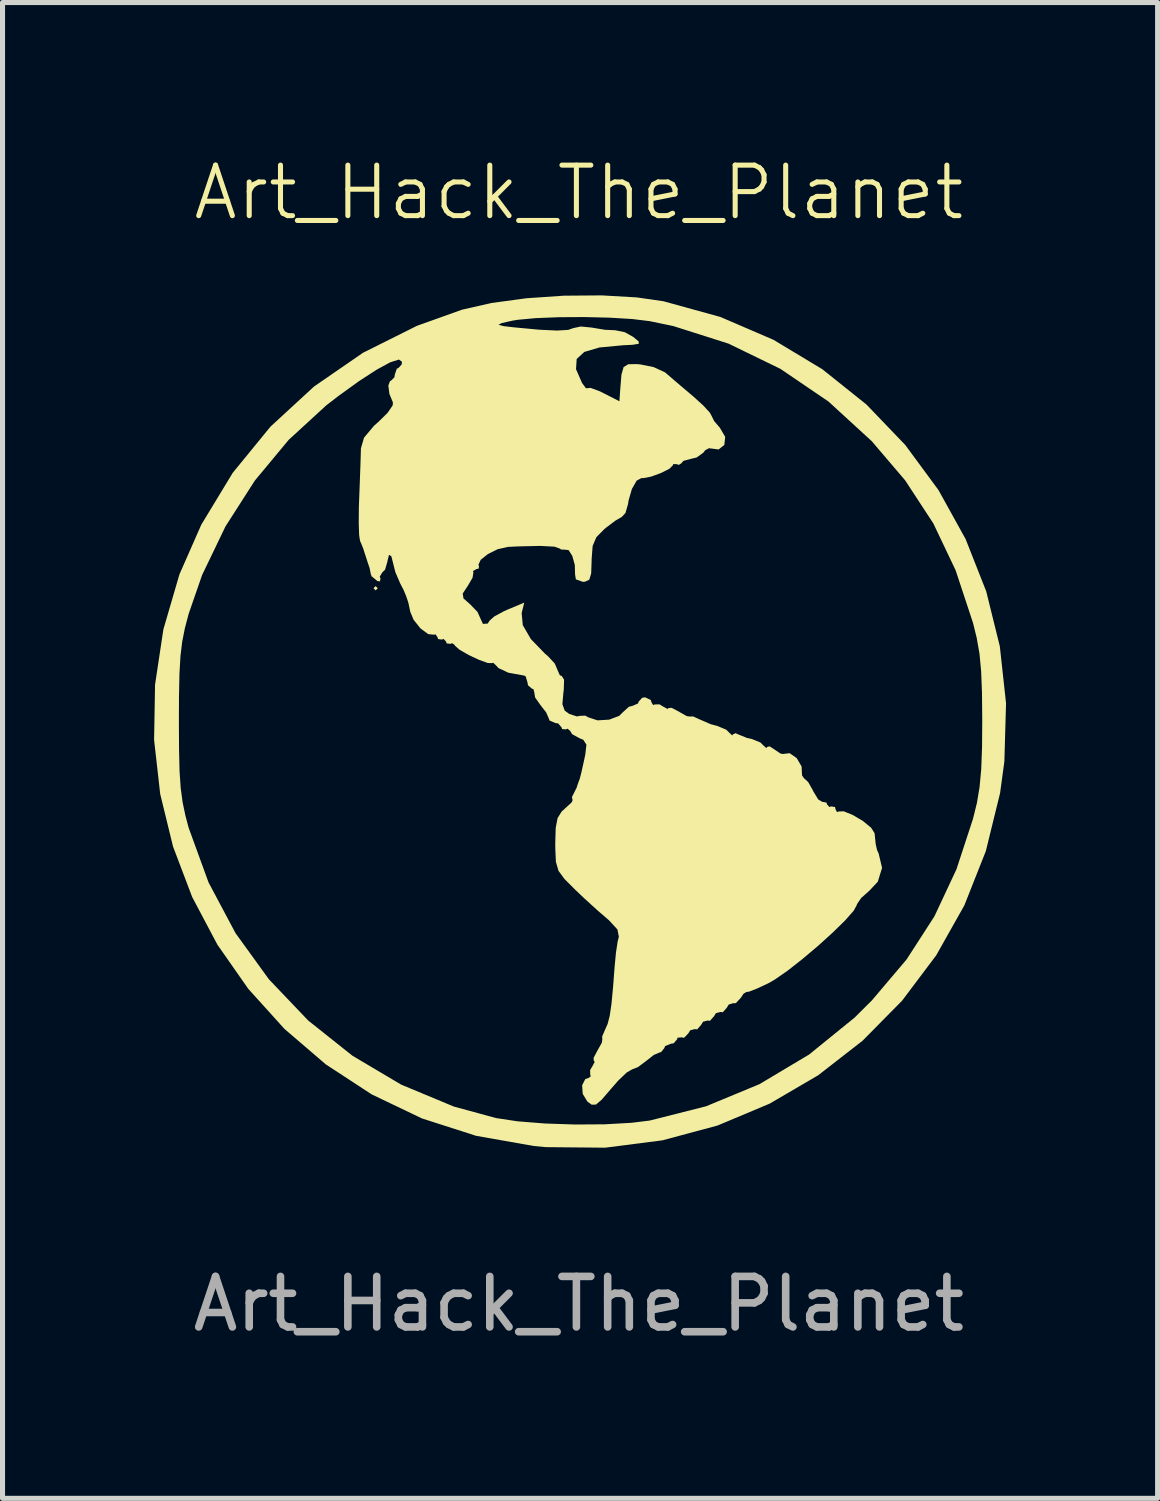
<source format=kicad_pcb>
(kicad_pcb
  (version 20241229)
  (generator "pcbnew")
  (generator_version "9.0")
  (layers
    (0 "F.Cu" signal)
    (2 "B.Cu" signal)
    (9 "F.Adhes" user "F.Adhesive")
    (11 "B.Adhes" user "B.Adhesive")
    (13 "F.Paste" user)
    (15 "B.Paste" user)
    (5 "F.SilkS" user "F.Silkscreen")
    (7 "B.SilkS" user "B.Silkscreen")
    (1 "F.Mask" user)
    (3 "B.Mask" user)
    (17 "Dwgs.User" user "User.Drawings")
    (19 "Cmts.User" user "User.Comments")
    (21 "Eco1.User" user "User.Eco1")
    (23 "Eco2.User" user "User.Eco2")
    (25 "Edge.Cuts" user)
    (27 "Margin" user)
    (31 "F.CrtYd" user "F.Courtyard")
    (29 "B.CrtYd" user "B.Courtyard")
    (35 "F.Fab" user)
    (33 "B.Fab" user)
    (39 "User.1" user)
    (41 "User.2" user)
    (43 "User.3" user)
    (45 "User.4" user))
  (footprint "Art_Hack_The_Planet"
    (layer "F.Cu")
    (at 8.407 11.261)
    (property "Reference" "Art_Hack_The_Planet" (at 0 -10.5 0) (unlocked yes) (layer "F.SilkS") (effects (font (size 1 1) (thickness 0.1))))
    (attr smd)
    (fp_poly (pts (xy 0.18 -8.031) (xy 0.499 -8.021) (xy 1.628 -7.886) (xy 2.711 -7.594) (xy 3.733 -7.154) (xy 4.681 -6.572) (xy 5.542 -5.859) (xy 6.303 -5.022) (xy 6.949 -4.069) (xy 7.047 -3.895) (xy 7.523 -2.861) (xy 7.84 -1.796) (xy 8.003 -0.715) (xy 8.018 0.367) (xy 7.889 1.435) (xy 7.62 2.474) (xy 7.216 3.469) (xy 6.683 4.405) (xy 6.025 5.267) (xy 5.246 6.04) (xy 4.351 6.71) (xy 3.557 7.16) (xy 2.886 7.46) (xy 2.241 7.676) (xy 1.572 7.818) (xy 0.827 7.899) (xy 0.212 7.925) (xy -0.426 7.932) (xy -0.932 7.917) (xy -1.339 7.879) (xy -1.641 7.825) (xy -2.748 7.494) (xy -3.784 7.015) (xy -4.737 6.401) (xy -5.594 5.664) (xy -6.343 4.814) (xy -6.972 3.865) (xy -7.467 2.828) (xy -7.723 2.074) (xy -7.797 1.793) (xy -7.85 1.527) (xy -7.885 1.238) (xy -7.905 0.887) (xy -7.914 0.437) (xy -7.916 -0.042) (xy -7.913 -0.604) (xy -7.903 -1.035) (xy -7.88 -1.373) (xy -7.842 -1.656) (xy -7.786 -1.922) (xy -7.723 -2.159) (xy -7.348 -3.186) (xy -6.831 -4.166) (xy -6.191 -5.077) (xy -5.446 -5.894) (xy -4.616 -6.593) (xy -3.887 -7.06) (xy -3.447 -7.305) (xy -3.638 -6.966) (xy -3.752 -6.734) (xy -3.776 -6.575) (xy -3.729 -6.441) (xy -3.685 -6.321) (xy -3.718 -6.209) (xy -3.848 -6.06) (xy -3.973 -5.943) (xy -4.316 -5.63) (xy -4.372 -4.755) (xy -4.394 -4.329) (xy -4.392 -4.012) (xy -4.361 -3.744) (xy -4.295 -3.465) (xy -4.227 -3.24) (xy -4.026 -2.6) (xy -3.881 -2.928) (xy -3.736 -3.257) (xy -3.637 -3.004) (xy -3.549 -2.772) (xy -3.441 -2.471) (xy -3.391 -2.328) (xy -3.316 -2.131) (xy -3.231 -1.985) (xy -3.102 -1.86) (xy -2.897 -1.726) (xy -2.581 -1.552) (xy -2.49 -1.503) (xy -2.13 -1.319) (xy -1.79 -1.156) (xy -1.519 -1.039) (xy -1.421 -1.004) (xy -1.202 -0.902) (xy -1.016 -0.724) (xy -0.834 -0.456) (xy -0.528 -0.058) (xy -0.196 0.187) (xy 0.017 0.317) (xy 0.148 0.431) (xy 0.169 0.473) (xy 0.134 0.658) (xy 0.045 0.935) (xy -0.077 1.245) (xy -0.206 1.53) (xy -0.322 1.732) (xy -0.335 1.751) (xy -0.449 1.958) (xy -0.501 2.239) (xy -0.508 2.459) (xy -0.508 2.948) (xy 0.132 3.528) (xy 0.772 4.108) (xy 0.681 5.005) (xy 0.604 5.579) (xy 0.493 6.065) (xy 0.33 6.543) (xy 0.302 6.613) (xy 0.167 6.954) (xy 0.093 7.176) (xy 0.073 7.316) (xy 0.1 7.41) (xy 0.15 7.475) (xy 0.231 7.548) (xy 0.315 7.552) (xy 0.438 7.469) (xy 0.638 7.284) (xy 0.672 7.252) (xy 0.877 7.078) (xy 1.196 6.838) (xy 1.599 6.551) (xy 2.055 6.238) (xy 2.534 5.919) (xy 3.006 5.615) (xy 3.439 5.346) (xy 3.803 5.133) (xy 3.98 5.037) (xy 4.183 4.903) (xy 4.449 4.683) (xy 4.755 4.403) (xy 5.075 4.088) (xy 5.384 3.765) (xy 5.656 3.461) (xy 5.866 3.2) (xy 5.99 3.009) (xy 6.011 2.94) (xy 5.991 2.765) (xy 5.941 2.509) (xy 5.915 2.404) (xy 5.856 2.203) (xy 5.772 2.062) (xy 5.628 1.942) (xy 5.384 1.804) (xy 5.241 1.731) (xy 4.933 1.567) (xy 4.737 1.428) (xy 4.606 1.271) (xy 4.496 1.054) (xy 4.479 1.016) (xy 4.366 0.782) (xy 4.269 0.628) (xy 4.225 0.593) (xy 4.127 0.564) (xy 3.897 0.483) (xy 3.562 0.36) (xy 3.148 0.205) (xy 2.709 0.037) (xy 1.264 -0.518) (xy 0.928 -0.271) (xy 0.724 -0.13) (xy 0.567 -0.07) (xy 0.384 -0.077) (xy 0.148 -0.126) (xy -0.296 -0.228) (xy -0.28 -0.579) (xy -0.285 -0.778) (xy -0.336 -0.945) (xy -0.459 -1.13) (xy -0.677 -1.381) (xy -0.683 -1.387) (xy -0.927 -1.677) (xy -1.059 -1.901) (xy -1.101 -2.096) (xy -1.101 -2.107) (xy -1.113 -2.29) (xy -1.145 -2.37) (xy -1.146 -2.371) (xy -1.243 -2.335) (xy -1.434 -2.246) (xy -1.536 -2.195) (xy -1.742 -2.097) (xy -1.872 -2.047) (xy -1.892 -2.047) (xy -1.951 -2.122) (xy -2.079 -2.272) (xy -2.103 -2.3) (xy -2.302 -2.525) (xy -2.065 -2.935) (xy -1.919 -3.173) (xy -1.794 -3.349) (xy -1.74 -3.407) (xy -1.598 -3.444) (xy -1.342 -3.465) (xy -1.025 -3.468) (xy -0.703 -3.456) (xy -0.428 -3.429) (xy -0.256 -3.387) (xy -0.248 -3.384) (xy -0.113 -3.22) (xy -0.085 -3.045) (xy -0.057 -2.86) (xy 0.044 -2.796) (xy 0.085 -2.794) (xy 0.192 -2.82) (xy 0.241 -2.926) (xy 0.254 -3.155) (xy 0.254 -3.165) (xy 0.27 -3.399) (xy 0.34 -3.573) (xy 0.497 -3.753) (xy 0.606 -3.854) (xy 0.845 -4.115) (xy 0.991 -4.367) (xy 1.011 -4.435) (xy 1.046 -4.554) (xy 1.116 -4.653) (xy 1.249 -4.751) (xy 1.472 -4.868) (xy 1.814 -5.022) (xy 1.976 -5.092) (xy 2.339 -5.25) (xy 2.642 -5.387) (xy 2.853 -5.487) (xy 2.938 -5.535) (xy 2.93 -5.637) (xy 2.821 -5.825) (xy 2.635 -6.07) (xy 2.395 -6.34) (xy 2.124 -6.607) (xy 2.027 -6.693) (xy 1.753 -6.918) (xy 1.547 -7.046) (xy 1.361 -7.102) (xy 1.202 -7.112) (xy 0.983 -7.102) (xy 0.875 -7.038) (xy 0.822 -6.874) (xy 0.804 -6.773) (xy 0.76 -6.562) (xy 0.719 -6.444) (xy 0.709 -6.435) (xy 0.617 -6.47) (xy 0.431 -6.558) (xy 0.346 -6.6) (xy 0.06 -6.82) (xy -0.074 -7.109) (xy -0.084 -7.211) (xy -0.009 -7.285) (xy 0.185 -7.359) (xy 0.448 -7.42) (xy 0.729 -7.456) (xy 0.931 -7.459) (xy 1.159 -7.451) (xy 1.246 -7.471) (xy 1.218 -7.532) (xy 1.169 -7.585) (xy 0.991 -7.684) (xy 0.704 -7.765) (xy 0.366 -7.817) (xy 0.036 -7.833) (xy -0.222 -7.803) (xy -0.429 -7.783) (xy -0.735 -7.794) (xy -1.058 -7.832) (xy -1.651 -7.927) (xy -1.068 -7.996) (xy -0.733 -8.021) (xy -0.296 -8.033)) (stroke (width 0) (type solid)) (fill yes) (layer "F.Mask"))
    (fp_poly (pts (xy -3.979 -2.667) (xy -4.022 -2.625) (xy -4.064 -2.667) (xy -4.022 -2.709)) (stroke (width 0) (type solid)) (fill yes) (layer "F.SilkS"))
    (fp_poly (pts (xy 1.149 -8.424) (xy 1.675 -8.348) (xy 2.803 -8.037) (xy 3.855 -7.584) (xy 4.821 -7.002) (xy 5.694 -6.304) (xy 6.463 -5.502) (xy 7.12 -4.61) (xy 7.657 -3.64) (xy 8.065 -2.605) (xy 8.334 -1.517) (xy 8.457 -0.391) (xy 8.424 0.762) (xy 8.339 1.388) (xy 8.057 2.536) (xy 7.632 3.61) (xy 7.075 4.599) (xy 6.4 5.496) (xy 5.617 6.29) (xy 4.739 6.973) (xy 3.778 7.535) (xy 2.747 7.968) (xy 1.657 8.261) (xy 0.52 8.407) (xy -0.651 8.396) (xy -0.888 8.374) (xy -2.033 8.172) (xy -3.107 7.827) (xy -4.101 7.351) (xy -5.009 6.757) (xy -5.826 6.056) (xy -6.543 5.262) (xy -7.154 4.388) (xy -7.653 3.445) (xy -8.032 2.446) (xy -8.286 1.405) (xy -8.407 0.333) (xy -8.4 -0.042) (xy -7.916 -0.042) (xy -7.913 0.52) (xy -7.903 0.951) (xy -7.88 1.288) (xy -7.842 1.571) (xy -7.786 1.837) (xy -7.723 2.074) (xy -7.329 3.156) (xy -6.795 4.16) (xy -6.133 5.075) (xy -5.357 5.889) (xy -4.48 6.587) (xy -3.515 7.159) (xy -2.475 7.592) (xy -1.641 7.82) (xy -1.211 7.885) (xy -0.671 7.928) (xy -0.077 7.948) (xy 0.514 7.944) (xy 1.045 7.914) (xy 1.403 7.87) (xy 2.52 7.587) (xy 3.577 7.149) (xy 4.56 6.562) (xy 5.458 5.833) (xy 5.8 5.493) (xy 6.489 4.68) (xy 7.04 3.826) (xy 7.476 2.895) (xy 7.803 1.897) (xy 7.881 1.581) (xy 7.933 1.268) (xy 7.966 0.916) (xy 7.982 0.48) (xy 7.986 -0.042) (xy 7.981 -0.597) (xy 7.964 -1.026) (xy 7.931 -1.375) (xy 7.876 -1.686) (xy 7.803 -1.982) (xy 7.459 -3.023) (xy 7.018 -3.95) (xy 6.461 -4.801) (xy 5.8 -5.577) (xy 4.942 -6.363) (xy 3.992 -7.009) (xy 2.964 -7.509) (xy 1.87 -7.857) (xy 1.403 -7.954) (xy 1.058 -7.996) (xy 0.61 -8.023) (xy 0.11 -8.035) (xy -0.394 -8.032) (xy -0.85 -8.014) (xy -1.207 -7.981) (xy -1.312 -7.964) (xy -1.531 -7.914) (xy -1.59 -7.882) (xy -1.486 -7.855) (xy -1.27 -7.83) (xy -0.775 -7.784) (xy -0.428 -7.768) (xy -0.209 -7.781) (xy -0.109 -7.816) (xy 0.038 -7.848) (xy 0.256 -7.827) (xy 0.272 -7.824) (xy 0.518 -7.783) (xy 0.72 -7.774) (xy 0.911 -7.735) (xy 1.079 -7.641) (xy 1.185 -7.552) (xy 1.188 -7.506) (xy 1.062 -7.486) (xy 0.867 -7.476) (xy 0.41 -7.433) (xy 0.11 -7.345) (xy -0.042 -7.205) (xy -0.055 -7.003) (xy 0.063 -6.733) (xy 0.064 -6.731) (xy 0.141 -6.626) (xy 0.167 -6.627) (xy 0.234 -6.633) (xy 0.402 -6.571) (xy 0.487 -6.53) (xy 0.804 -6.368) (xy 0.821 -6.613) (xy 0.844 -6.895) (xy 0.887 -7.045) (xy 0.98 -7.102) (xy 1.152 -7.103) (xy 1.215 -7.098) (xy 1.482 -7.044) (xy 1.702 -6.943) (xy 1.73 -6.921) (xy 1.896 -6.778) (xy 2.126 -6.582) (xy 2.265 -6.465) (xy 2.463 -6.285) (xy 2.594 -6.143) (xy 2.625 -6.086) (xy 2.679 -5.977) (xy 2.792 -5.844) (xy 2.898 -5.664) (xy 2.881 -5.505) (xy 2.768 -5.414) (xy 2.583 -5.438) (xy 2.579 -5.44) (xy 2.502 -5.399) (xy 2.466 -5.351) (xy 2.333 -5.255) (xy 2.215 -5.227) (xy 2.07 -5.188) (xy 2.032 -5.142) (xy 1.979 -5.108) (xy 1.947 -5.122) (xy 1.869 -5.125) (xy 1.863 -5.102) (xy 1.792 -5.031) (xy 1.625 -4.947) (xy 1.429 -4.876) (xy 1.272 -4.846) (xy 1.243 -4.849) (xy 1.146 -4.798) (xy 1.051 -4.632) (xy 0.985 -4.403) (xy 0.975 -4.335) (xy 0.924 -4.158) (xy 0.853 -4.08) (xy 0.729 -4.008) (xy 0.545 -3.87) (xy 0.505 -3.837) (xy 0.348 -3.678) (xy 0.274 -3.504) (xy 0.254 -3.242) (xy 0.254 -3.21) (xy 0.245 -2.959) (xy 0.207 -2.835) (xy 0.121 -2.796) (xy 0.079 -2.794) (xy -0.058 -2.843) (xy -0.074 -2.942) (xy -0.079 -3.128) (xy -0.129 -3.307) (xy -0.201 -3.421) (xy -0.254 -3.429) (xy -0.355 -3.434) (xy -0.367 -3.449) (xy -0.483 -3.49) (xy -0.764 -3.505) (xy -1.21 -3.495) (xy -1.405 -3.485) (xy -1.605 -3.44) (xy -1.799 -3.344) (xy -1.943 -3.229) (xy -1.988 -3.128) (xy -1.974 -3.103) (xy -1.985 -3.053) (xy -2.023 -3.048) (xy -2.094 -3.008) (xy -2.086 -2.982) (xy -2.103 -2.875) (xy -2.199 -2.712) (xy -2.298 -2.562) (xy -2.283 -2.466) (xy -2.15 -2.349) (xy -2.005 -2.198) (xy -1.947 -2.068) (xy -1.897 -1.961) (xy -1.803 -1.968) (xy -1.764 -2.028) (xy -1.674 -2.108) (xy -1.484 -2.211) (xy -1.408 -2.245) (xy -1.08 -2.382) (xy -1.131 -2.175) (xy -1.109 -1.937) (xy -0.948 -1.66) (xy -0.667 -1.37) (xy -0.615 -1.327) (xy -0.475 -1.176) (xy -0.423 -1.052) (xy -0.375 -0.944) (xy -0.338 -0.931) (xy -0.291 -0.856) (xy -0.298 -0.651) (xy -0.305 -0.601) (xy -0.325 -0.372) (xy -0.279 -0.245) (xy -0.19 -0.18) (xy -0.038 -0.13) (xy 0.029 -0.142) (xy 0.13 -0.145) (xy 0.188 -0.112) (xy 0.371 -0.052) (xy 0.602 -0.066) (xy 0.8 -0.141) (xy 0.867 -0.208) (xy 0.992 -0.321) (xy 1.063 -0.339) (xy 1.172 -0.386) (xy 1.185 -0.423) (xy 1.254 -0.498) (xy 1.312 -0.508) (xy 1.425 -0.455) (xy 1.439 -0.409) (xy 1.473 -0.352) (xy 1.495 -0.366) (xy 1.597 -0.369) (xy 1.664 -0.328) (xy 1.759 -0.277) (xy 1.778 -0.296) (xy 1.838 -0.3) (xy 1.983 -0.224) (xy 1.99 -0.219) (xy 2.137 -0.136) (xy 2.201 -0.127) (xy 2.201 -0.128) (xy 2.264 -0.129) (xy 2.392 -0.071) (xy 2.608 0.023) (xy 2.748 0.061) (xy 2.919 0.133) (xy 2.98 0.193) (xy 3.038 0.248) (xy 3.047 0.228) (xy 3.103 0.202) (xy 3.154 0.225) (xy 3.326 0.295) (xy 3.425 0.317) (xy 3.596 0.387) (xy 3.657 0.447) (xy 3.715 0.499) (xy 3.724 0.476) (xy 3.777 0.462) (xy 3.865 0.519) (xy 3.989 0.603) (xy 4.035 0.614) (xy 4.174 0.598) (xy 4.314 0.696) (xy 4.41 0.861) (xy 4.419 1.037) (xy 4.461 1.1) (xy 4.467 1.101) (xy 4.541 1.17) (xy 4.636 1.338) (xy 4.643 1.355) (xy 4.74 1.514) (xy 4.826 1.565) (xy 4.833 1.562) (xy 4.905 1.577) (xy 4.911 1.609) (xy 4.962 1.664) (xy 4.995 1.651) (xy 5.072 1.664) (xy 5.08 1.702) (xy 5.111 1.766) (xy 5.133 1.753) (xy 5.243 1.748) (xy 5.425 1.822) (xy 5.625 1.941) (xy 5.786 2.073) (xy 5.855 2.182) (xy 5.877 2.397) (xy 5.904 2.515) (xy 5.935 2.582) (xy 6.003 2.867) (xy 5.919 3.141) (xy 5.756 3.316) (xy 5.59 3.464) (xy 5.506 3.587) (xy 5.503 3.603) (xy 5.441 3.717) (xy 5.273 3.907) (xy 5.028 4.147) (xy 4.738 4.41) (xy 4.43 4.67) (xy 4.135 4.902) (xy 3.881 5.078) (xy 3.768 5.144) (xy 3.533 5.255) (xy 3.368 5.319) (xy 3.317 5.325) (xy 3.261 5.359) (xy 3.206 5.442) (xy 3.109 5.545) (xy 3.052 5.548) (xy 2.967 5.574) (xy 2.93 5.636) (xy 2.851 5.726) (xy 2.803 5.721) (xy 2.714 5.744) (xy 2.676 5.806) (xy 2.597 5.895) (xy 2.549 5.89) (xy 2.46 5.913) (xy 2.422 5.975) (xy 2.343 6.065) (xy 2.295 6.06) (xy 2.206 6.083) (xy 2.168 6.144) (xy 2.085 6.231) (xy 2.033 6.223) (xy 1.954 6.23) (xy 1.947 6.26) (xy 1.879 6.34) (xy 1.82 6.35) (xy 1.708 6.396) (xy 1.693 6.435) (xy 1.628 6.516) (xy 1.605 6.519) (xy 1.484 6.572) (xy 1.335 6.689) (xy 1.171 6.812) (xy 1.053 6.858) (xy 0.948 6.919) (xy 0.782 7.077) (xy 0.636 7.244) (xy 0.455 7.455) (xy 0.341 7.553) (xy 0.255 7.556) (xy 0.169 7.493) (xy 0.078 7.342) (xy 0.066 7.171) (xy 0.128 7.049) (xy 0.193 7.027) (xy 0.24 6.991) (xy 0.227 6.972) (xy 0.224 6.87) (xy 0.265 6.802) (xy 0.316 6.707) (xy 0.297 6.689) (xy 0.293 6.629) (xy 0.369 6.484) (xy 0.373 6.477) (xy 0.456 6.329) (xy 0.466 6.265) (xy 0.465 6.265) (xy 0.463 6.203) (xy 0.517 6.078) (xy 0.571 5.956) (xy 0.612 5.797) (xy 0.646 5.568) (xy 0.678 5.233) (xy 0.709 4.826) (xy 0.736 4.542) (xy 0.771 4.316) (xy 0.793 4.233) (xy 0.765 4.088) (xy 0.596 3.904) (xy 0.585 3.895) (xy 0.38 3.718) (xy 0.12 3.482) (xy -0.07 3.302) (xy -0.284 3.088) (xy -0.402 2.926) (xy -0.453 2.749) (xy -0.465 2.492) (xy -0.466 2.385) (xy -0.457 2.076) (xy -0.42 1.883) (xy -0.34 1.754) (xy -0.266 1.686) (xy -0.144 1.575) (xy -0.12 1.524) (xy -0.123 1.524) (xy -0.137 1.468) (xy -0.112 1.418) (xy -0.043 1.282) (xy -0.033 1.249) (xy -0.004 1.164) (xy 0.015 1.117) (xy 0.048 0.992) (xy 0.102 0.751) (xy 0.129 0.622) (xy 0.151 0.429) (xy 0.089 0.333) (xy 0.009 0.299) (xy -0.133 0.221) (xy -0.169 0.159) (xy -0.222 0.113) (xy -0.254 0.127) (xy -0.332 0.12) (xy -0.339 0.09) (xy -0.407 0.01) (xy -0.466 0) (xy -0.578 -0.048) (xy -0.593 -0.088) (xy -0.646 -0.209) (xy -0.759 -0.355) (xy -0.865 -0.505) (xy -0.881 -0.605) (xy -0.899 -0.673) (xy -0.926 -0.677) (xy -1.006 -0.746) (xy -1.016 -0.804) (xy -1.051 -0.921) (xy -1.079 -0.938) (xy -1.394 -0.995) (xy -1.59 -1.087) (xy -1.623 -1.124) (xy -1.695 -1.193) (xy -1.714 -1.185) (xy -1.801 -1.187) (xy -1.975 -1.25) (xy -2.18 -1.346) (xy -2.358 -1.448) (xy -2.452 -1.529) (xy -2.455 -1.542) (xy -2.508 -1.58) (xy -2.54 -1.566) (xy -2.618 -1.576) (xy -2.625 -1.609) (xy -2.676 -1.664) (xy -2.709 -1.651) (xy -2.787 -1.661) (xy -2.794 -1.693) (xy -2.837 -1.756) (xy -2.86 -1.747) (xy -2.981 -1.759) (xy -3.134 -1.872) (xy -3.269 -2.041) (xy -3.336 -2.201) (xy -3.371 -2.369) (xy -3.391 -2.434) (xy -3.421 -2.519) (xy -3.469 -2.635) (xy -3.537 -2.766) (xy -3.631 -2.986) (xy -3.666 -3.124) (xy -3.71 -3.299) (xy -3.757 -3.329) (xy -3.788 -3.203) (xy -3.788 -3.194) (xy -3.835 -3.034) (xy -3.891 -2.979) (xy -3.94 -2.897) (xy -3.926 -2.86) (xy -3.935 -2.803) (xy -3.989 -2.811) (xy -4.102 -2.905) (xy -4.117 -2.949) (xy -4.143 -3.076) (xy -4.149 -3.09) (xy -4.187 -3.203) (xy -4.191 -3.217) (xy -4.23 -3.337) (xy -4.233 -3.344) (xy -4.266 -3.45) (xy -4.317 -3.577) (xy -4.329 -3.598) (xy -4.348 -3.716) (xy -4.356 -3.96) (xy -4.353 -4.285) (xy -4.347 -4.445) (xy -4.333 -4.816) (xy -4.321 -5.147) (xy -4.314 -5.384) (xy -4.313 -5.436) (xy -4.251 -5.648) (xy -4.055 -5.882) (xy -3.967 -5.96) (xy -3.785 -6.139) (xy -3.685 -6.285) (xy -3.679 -6.344) (xy -3.749 -6.513) (xy -3.77 -6.678) (xy -3.736 -6.77) (xy -3.72 -6.773) (xy -3.65 -6.842) (xy -3.641 -6.9) (xy -3.602 -7.013) (xy -3.57 -7.027) (xy -3.507 -7.096) (xy -3.5 -7.151) (xy -3.561 -7.194) (xy -3.736 -7.138) (xy -4.005 -6.991) (xy -4.353 -6.765) (xy -4.763 -6.469) (xy -5 -6.286) (xy -5.742 -5.605) (xy -6.414 -4.796) (xy -6.993 -3.892) (xy -7.456 -2.93) (xy -7.723 -2.159) (xy -7.797 -1.878) (xy -7.85 -1.612) (xy -7.885 -1.322) (xy -7.905 -0.972) (xy -7.914 -0.522) (xy -7.916 -0.042) (xy -8.4 -0.042) (xy -8.388 -0.758) (xy -8.223 -1.853) (xy -7.905 -2.942) (xy -7.472 -3.926) (xy -6.85 -4.952) (xy -6.103 -5.866) (xy -5.241 -6.66) (xy -4.272 -7.328) (xy -3.203 -7.862) (xy -2.311 -8.181) (xy -1.731 -8.313) (xy -1.04 -8.407) (xy -0.294 -8.458) (xy 0.454 -8.464)) (stroke (width 0) (type solid)) (fill yes) (layer "F.SilkS"))
    (fp_text user "${REFERENCE}" (at 0 11.5 0) (unlocked yes) (layer "F.Fab") (effects (font (size 1 1) (thickness 0.15)))))
  (gr_rect
    (start -3 -3)
    (end 19.864 26.609)
    (stroke (width 0.1) (type default))
    (fill no)
    (layer "Edge.Cuts")))
</source>
